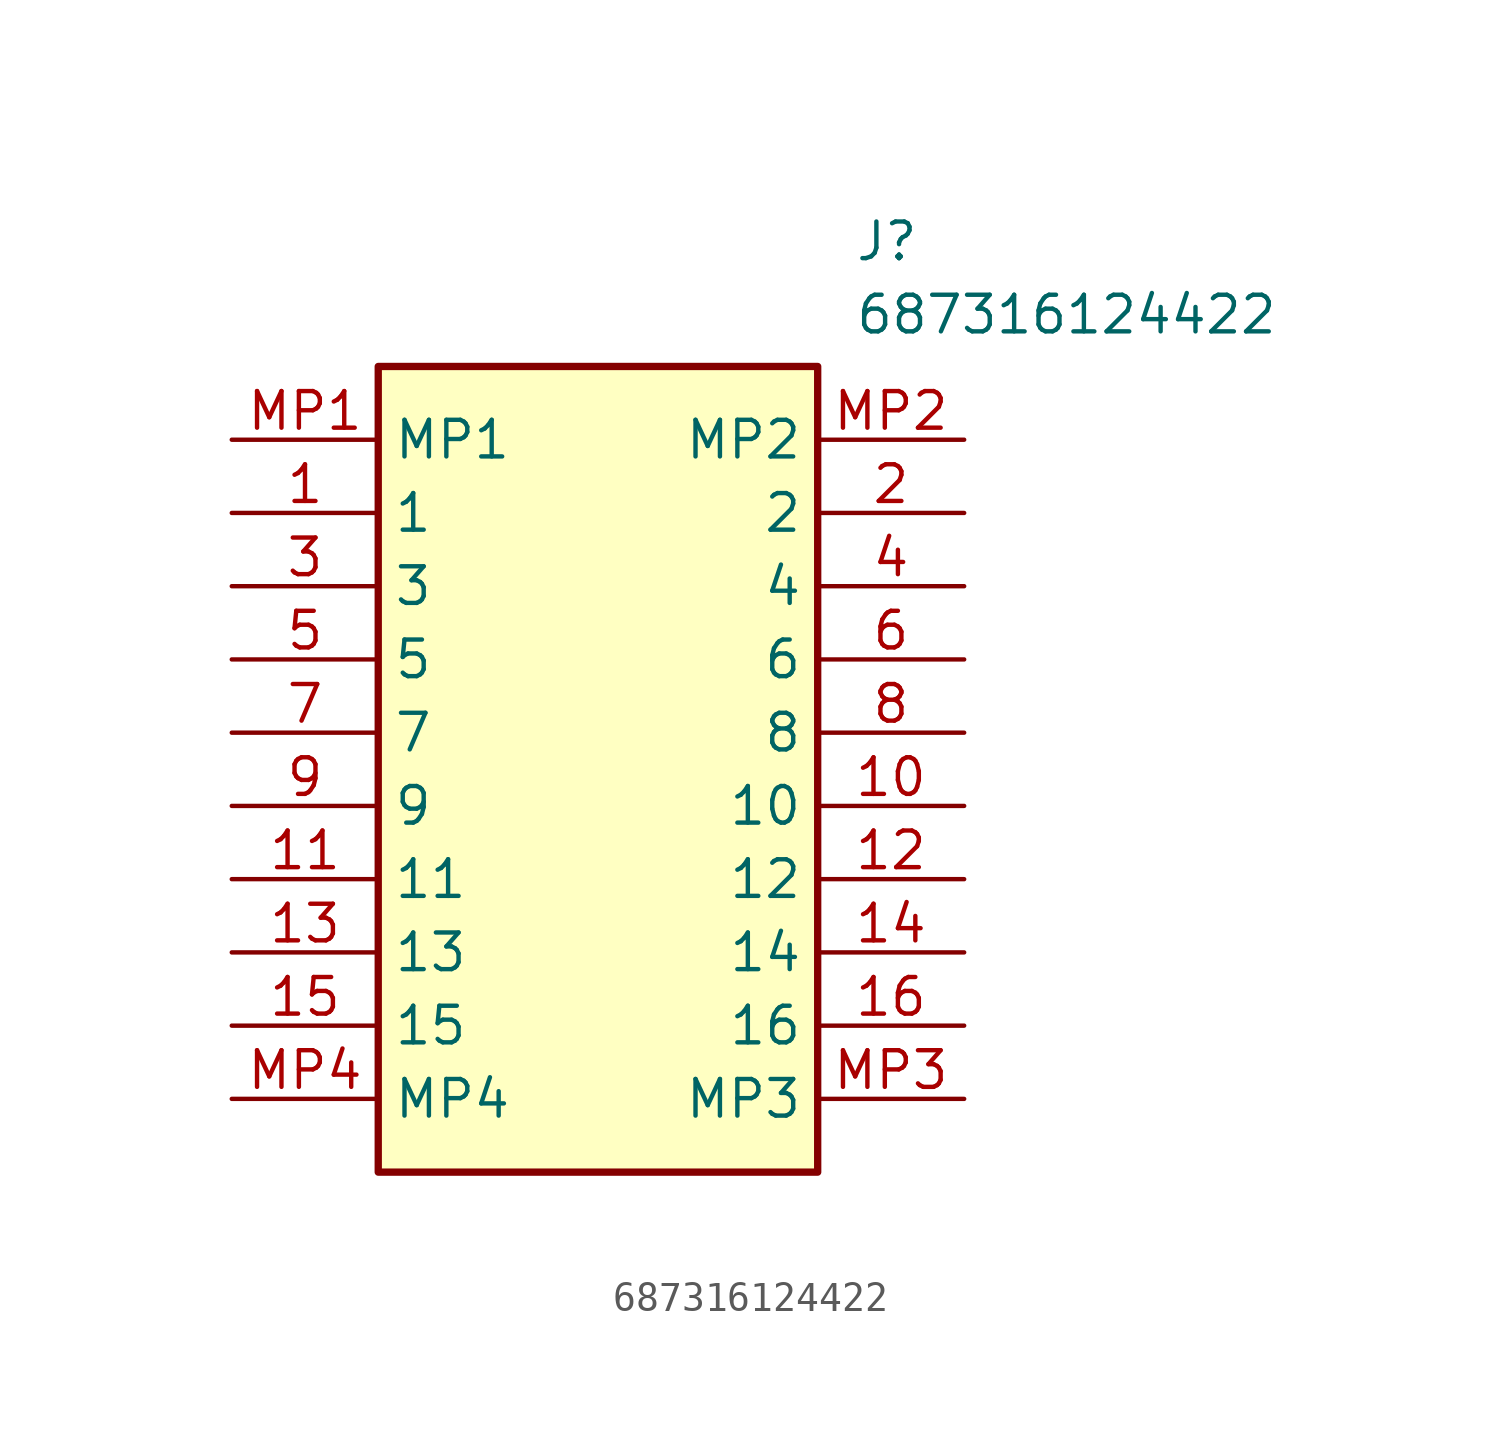
<source format=kicad_sym>
(kicad_symbol_lib
  (version 20211014)
  (generator SamacSys_ECAD_Model)
  (symbol "687316124422"
    (property "Reference" "J"
      (at 21.59 7.62 0)
      (effects (font (size 1.27 1.27)) (justify left top)))
    (property "Value" "687316124422"
      (at 21.59 5.08 0)
      (effects (font (size 1.27 1.27)) (justify left top)))
    (rectangle
      (start 5.08 2.54)
      (end 20.32 -25.4)
      (stroke (width 0.254) (type default))
      (fill (type background)))
    (pin passive line
      (at 0 -2.54 0)
      (length 5.08)
      (name "1" (effects (font (size 1.27 1.27))))
      (number "1" (effects (font (size 1.27 1.27)))))
    (pin passive line
      (at 25.4 -2.54 180)
      (length 5.08)
      (name "2" (effects (font (size 1.27 1.27))))
      (number "2" (effects (font (size 1.27 1.27)))))
    (pin passive line
      (at 0 -5.08 0)
      (length 5.08)
      (name "3" (effects (font (size 1.27 1.27))))
      (number "3" (effects (font (size 1.27 1.27)))))
    (pin passive line
      (at 25.4 -5.08 180)
      (length 5.08)
      (name "4" (effects (font (size 1.27 1.27))))
      (number "4" (effects (font (size 1.27 1.27)))))
    (pin passive line
      (at 0 -7.62 0)
      (length 5.08)
      (name "5" (effects (font (size 1.27 1.27))))
      (number "5" (effects (font (size 1.27 1.27)))))
    (pin passive line
      (at 25.4 -7.62 180)
      (length 5.08)
      (name "6" (effects (font (size 1.27 1.27))))
      (number "6" (effects (font (size 1.27 1.27)))))
    (pin passive line
      (at 0 -10.16 0)
      (length 5.08)
      (name "7" (effects (font (size 1.27 1.27))))
      (number "7" (effects (font (size 1.27 1.27)))))
    (pin passive line
      (at 25.4 -10.16 180)
      (length 5.08)
      (name "8" (effects (font (size 1.27 1.27))))
      (number "8" (effects (font (size 1.27 1.27)))))
    (pin passive line
      (at 0 -12.7 0)
      (length 5.08)
      (name "9" (effects (font (size 1.27 1.27))))
      (number "9" (effects (font (size 1.27 1.27)))))
    (pin passive line
      (at 25.4 -12.7 180)
      (length 5.08)
      (name "10" (effects (font (size 1.27 1.27))))
      (number "10" (effects (font (size 1.27 1.27)))))
    (pin passive line
      (at 0 -15.24 0)
      (length 5.08)
      (name "11" (effects (font (size 1.27 1.27))))
      (number "11" (effects (font (size 1.27 1.27)))))
    (pin passive line
      (at 25.4 -15.24 180)
      (length 5.08)
      (name "12" (effects (font (size 1.27 1.27))))
      (number "12" (effects (font (size 1.27 1.27)))))
    (pin passive line
      (at 0 -17.78 0)
      (length 5.08)
      (name "13" (effects (font (size 1.27 1.27))))
      (number "13" (effects (font (size 1.27 1.27)))))
    (pin passive line
      (at 25.4 -17.78 180)
      (length 5.08)
      (name "14" (effects (font (size 1.27 1.27))))
      (number "14" (effects (font (size 1.27 1.27)))))
    (pin passive line
      (at 0 -20.32 0)
      (length 5.08)
      (name "15" (effects (font (size 1.27 1.27))))
      (number "15" (effects (font (size 1.27 1.27)))))
    (pin passive line
      (at 25.4 -20.32 180)
      (length 5.08)
      (name "16" (effects (font (size 1.27 1.27))))
      (number "16" (effects (font (size 1.27 1.27)))))
    (pin passive line
      (at 0 0 0)
      (length 5.08)
      (name "MP1" (effects (font (size 1.27 1.27))))
      (number "MP1" (effects (font (size 1.27 1.27)))))
    (pin passive line
      (at 25.4 0 180)
      (length 5.08)
      (name "MP2" (effects (font (size 1.27 1.27))))
      (number "MP2" (effects (font (size 1.27 1.27)))))
    (pin passive line
      (at 25.4 -22.86 180)
      (length 5.08)
      (name "MP3" (effects (font (size 1.27 1.27))))
      (number "MP3" (effects (font (size 1.27 1.27)))))
    (pin passive line
      (at 0 -22.86 0)
      (length 5.08)
      (name "MP4" (effects (font (size 1.27 1.27))))
      (number "MP4" (effects (font (size 1.27 1.27)))))))
</source>
